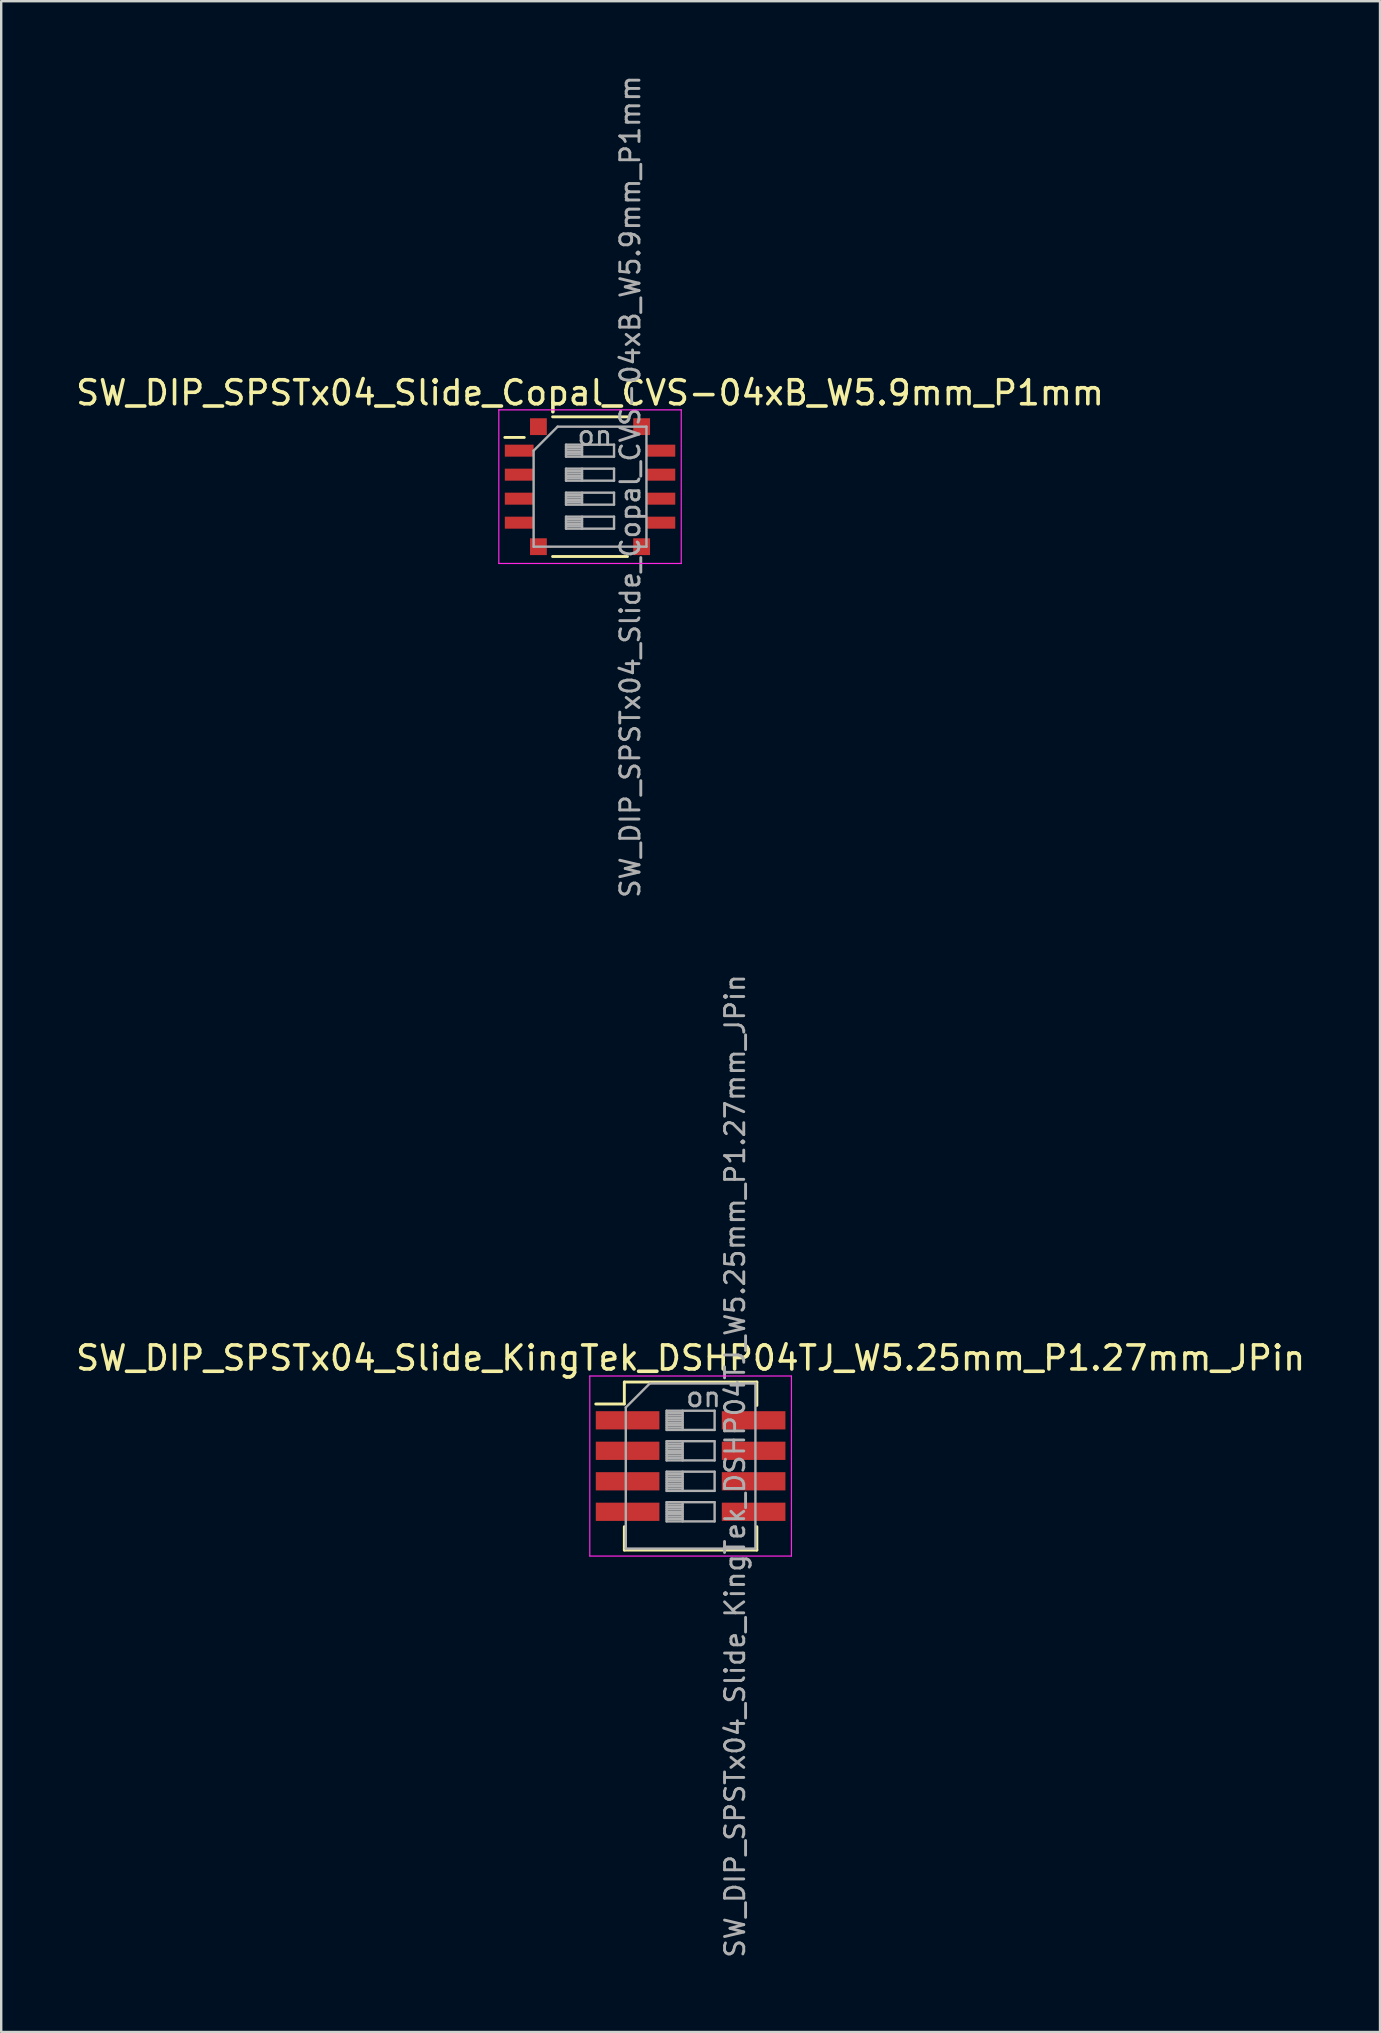
<source format=kicad_pcb>
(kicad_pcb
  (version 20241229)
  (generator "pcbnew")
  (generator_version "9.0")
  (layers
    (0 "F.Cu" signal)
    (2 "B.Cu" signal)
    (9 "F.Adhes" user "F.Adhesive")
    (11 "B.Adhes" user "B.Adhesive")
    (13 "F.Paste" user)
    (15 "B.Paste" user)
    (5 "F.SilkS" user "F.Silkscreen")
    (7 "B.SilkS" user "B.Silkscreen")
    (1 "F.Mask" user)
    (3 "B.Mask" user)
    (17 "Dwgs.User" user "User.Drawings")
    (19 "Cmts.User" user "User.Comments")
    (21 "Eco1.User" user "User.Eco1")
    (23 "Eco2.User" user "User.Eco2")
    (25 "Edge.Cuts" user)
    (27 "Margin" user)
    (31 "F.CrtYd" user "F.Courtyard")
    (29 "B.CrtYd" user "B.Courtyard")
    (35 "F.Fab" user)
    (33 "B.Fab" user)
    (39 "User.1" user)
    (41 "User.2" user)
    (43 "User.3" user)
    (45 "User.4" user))
  (footprint "SW_DIP_SPSTx04_Slide_Copal_CVS-04xB_W5.9mm_P1mm"
    (layer "F.Cu")
    (at 21.53 17.224)
    (property "Reference" "SW_DIP_SPSTx04_Slide_Copal_CVS-04xB_W5.9mm_P1mm" (at 0 -3.91 0) (layer "F.SilkS") (effects (font (size 1 1) (thickness 0.15))))
    (attr smd)
    (fp_line (start -3.55 -2.05) (end -2.739 -2.05) (stroke (width 0.12) (type solid)) (layer "F.SilkS"))
    (fp_line (start -1.56 -2.91) (end 1.561 -2.91) (stroke (width 0.12) (type solid)) (layer "F.SilkS"))
    (fp_line (start -1.56 2.91) (end 1.561 2.91) (stroke (width 0.12) (type solid)) (layer "F.SilkS"))
    (fp_line (start -3.8 -3.2) (end -3.8 3.2) (stroke (width 0.05) (type solid)) (layer "F.CrtYd"))
    (fp_line (start -3.8 3.2) (end 3.8 3.2) (stroke (width 0.05) (type solid)) (layer "F.CrtYd"))
    (fp_line (start 3.8 -3.2) (end -3.8 -3.2) (stroke (width 0.05) (type solid)) (layer "F.CrtYd"))
    (fp_line (start 3.8 3.2) (end 3.8 -3.2) (stroke (width 0.05) (type solid)) (layer "F.CrtYd"))
    (fp_line (start -2.35 -1.5) (end -1.35 -2.5) (stroke (width 0.1) (type solid)) (layer "F.Fab"))
    (fp_line (start -2.35 2.5) (end -2.35 -1.5) (stroke (width 0.1) (type solid)) (layer "F.Fab"))
    (fp_line (start -1.35 -2.5) (end 2.35 -2.5) (stroke (width 0.1) (type solid)) (layer "F.Fab"))
    (fp_line (start -1 -1.75) (end -1 -1.25) (stroke (width 0.1) (type solid)) (layer "F.Fab"))
    (fp_line (start -1 -1.65) (end -0.333 -1.65) (stroke (width 0.1) (type solid)) (layer "F.Fab"))
    (fp_line (start -1 -1.55) (end -0.333 -1.55) (stroke (width 0.1) (type solid)) (layer "F.Fab"))
    (fp_line (start -1 -1.45) (end -0.333 -1.45) (stroke (width 0.1) (type solid)) (layer "F.Fab"))
    (fp_line (start -1 -1.35) (end -0.333 -1.35) (stroke (width 0.1) (type solid)) (layer "F.Fab"))
    (fp_line (start -1 -1.25) (end 1 -1.25) (stroke (width 0.1) (type solid)) (layer "F.Fab"))
    (fp_line (start -1 -0.75) (end -1 -0.25) (stroke (width 0.1) (type solid)) (layer "F.Fab"))
    (fp_line (start -1 -0.65) (end -0.333 -0.65) (stroke (width 0.1) (type solid)) (layer "F.Fab"))
    (fp_line (start -1 -0.55) (end -0.333 -0.55) (stroke (width 0.1) (type solid)) (layer "F.Fab"))
    (fp_line (start -1 -0.45) (end -0.333 -0.45) (stroke (width 0.1) (type solid)) (layer "F.Fab"))
    (fp_line (start -1 -0.35) (end -0.333 -0.35) (stroke (width 0.1) (type solid)) (layer "F.Fab"))
    (fp_line (start -1 -0.25) (end 1 -0.25) (stroke (width 0.1) (type solid)) (layer "F.Fab"))
    (fp_line (start -1 0.25) (end -1 0.75) (stroke (width 0.1) (type solid)) (layer "F.Fab"))
    (fp_line (start -1 0.35) (end -0.333 0.35) (stroke (width 0.1) (type solid)) (layer "F.Fab"))
    (fp_line (start -1 0.45) (end -0.333 0.45) (stroke (width 0.1) (type solid)) (layer "F.Fab"))
    (fp_line (start -1 0.55) (end -0.333 0.55) (stroke (width 0.1) (type solid)) (layer "F.Fab"))
    (fp_line (start -1 0.65) (end -0.333 0.65) (stroke (width 0.1) (type solid)) (layer "F.Fab"))
    (fp_line (start -1 0.75) (end 1 0.75) (stroke (width 0.1) (type solid)) (layer "F.Fab"))
    (fp_line (start -1 1.25) (end -1 1.75) (stroke (width 0.1) (type solid)) (layer "F.Fab"))
    (fp_line (start -1 1.35) (end -0.333 1.35) (stroke (width 0.1) (type solid)) (layer "F.Fab"))
    (fp_line (start -1 1.45) (end -0.333 1.45) (stroke (width 0.1) (type solid)) (layer "F.Fab"))
    (fp_line (start -1 1.55) (end -0.333 1.55) (stroke (width 0.1) (type solid)) (layer "F.Fab"))
    (fp_line (start -1 1.65) (end -0.333 1.65) (stroke (width 0.1) (type solid)) (layer "F.Fab"))
    (fp_line (start -1 1.75) (end 1 1.75) (stroke (width 0.1) (type solid)) (layer "F.Fab"))
    (fp_line (start -0.333 -1.75) (end -0.333 -1.25) (stroke (width 0.1) (type solid)) (layer "F.Fab"))
    (fp_line (start -0.333 -0.75) (end -0.333 -0.25) (stroke (width 0.1) (type solid)) (layer "F.Fab"))
    (fp_line (start -0.333 0.25) (end -0.333 0.75) (stroke (width 0.1) (type solid)) (layer "F.Fab"))
    (fp_line (start -0.333 1.25) (end -0.333 1.75) (stroke (width 0.1) (type solid)) (layer "F.Fab"))
    (fp_line (start 1 -1.75) (end -1 -1.75) (stroke (width 0.1) (type solid)) (layer "F.Fab"))
    (fp_line (start 1 -1.25) (end 1 -1.75) (stroke (width 0.1) (type solid)) (layer "F.Fab"))
    (fp_line (start 1 -0.75) (end -1 -0.75) (stroke (width 0.1) (type solid)) (layer "F.Fab"))
    (fp_line (start 1 -0.25) (end 1 -0.75) (stroke (width 0.1) (type solid)) (layer "F.Fab"))
    (fp_line (start 1 0.25) (end -1 0.25) (stroke (width 0.1) (type solid)) (layer "F.Fab"))
    (fp_line (start 1 0.75) (end 1 0.25) (stroke (width 0.1) (type solid)) (layer "F.Fab"))
    (fp_line (start 1 1.25) (end -1 1.25) (stroke (width 0.1) (type solid)) (layer "F.Fab"))
    (fp_line (start 1 1.75) (end 1 1.25) (stroke (width 0.1) (type solid)) (layer "F.Fab"))
    (fp_line (start 2.35 -2.5) (end 2.35 2.5) (stroke (width 0.1) (type solid)) (layer "F.Fab"))
    (fp_line (start 2.35 2.5) (end -2.35 2.5) (stroke (width 0.1) (type solid)) (layer "F.Fab"))
    (fp_text user "on" (at 0.2 -2.125 0) (layer "F.Fab") (effects (font (size 0.8 0.8) (thickness 0.12))))
    (fp_text user "${REFERENCE}" (at 1.675 0 90) (layer "F.Fab") (effects (font (size 0.8 0.8) (thickness 0.12))))
    (pad "1" smd rect (at -2.95 -1.5) (size 1.2 0.5) (layers "F.Cu" "F.Mask" "F.Paste"))
    (pad "2" smd rect (at -2.95 -0.5) (size 1.2 0.5) (layers "F.Cu" "F.Mask" "F.Paste"))
    (pad "3" smd rect (at -2.95 0.5) (size 1.2 0.5) (layers "F.Cu" "F.Mask" "F.Paste"))
    (pad "4" smd rect (at -2.95 1.5) (size 1.2 0.5) (layers "F.Cu" "F.Mask" "F.Paste"))
    (pad "5" smd rect (at 2.95 1.5) (size 1.2 0.5) (layers "F.Cu" "F.Mask" "F.Paste"))
    (pad "6" smd rect (at 2.95 0.5) (size 1.2 0.5) (layers "F.Cu" "F.Mask" "F.Paste"))
    (pad "7" smd rect (at 2.95 -0.5) (size 1.2 0.5) (layers "F.Cu" "F.Mask" "F.Paste"))
    (pad "8" smd rect (at 2.95 -1.5) (size 1.2 0.5) (layers "F.Cu" "F.Mask" "F.Paste"))
    (pad "9" smd rect (at -2.15 -2.5) (size 0.7 0.7) (layers "F.Cu" "F.Mask" "F.Paste"))
    (pad "9" smd rect (at -2.15 2.5) (size 0.7 0.7) (layers "F.Cu" "F.Mask" "F.Paste"))
    (pad "9" smd rect (at 2.15 -2.5) (size 0.7 0.7) (layers "F.Cu" "F.Mask" "F.Paste"))
    (pad "9" smd rect (at 2.15 2.5) (size 0.7 0.7) (layers "F.Cu" "F.Mask" "F.Paste")))
  (footprint "SW_DIP_SPSTx04_Slide_KingTek_DSHP04TJ_W5.25mm_P1.27mm_JPin"
    (layer "F.Cu")
    (at 25.72 58.024)
    (property "Reference" "SW_DIP_SPSTx04_Slide_KingTek_DSHP04TJ_W5.25mm_P1.27mm_JPin" (at 0 -4.5 0) (layer "F.SilkS") (effects (font (size 1 1) (thickness 0.15))))
    (attr smd)
    (fp_line (start -3.951 -2.585) (end -2.761 -2.585) (stroke (width 0.12) (type solid)) (layer "F.SilkS"))
    (fp_line (start -2.761 -3.5) (end -2.761 -2.585) (stroke (width 0.12) (type solid)) (layer "F.SilkS"))
    (fp_line (start -2.761 -3.5) (end 2.76 -3.5) (stroke (width 0.12) (type solid)) (layer "F.SilkS"))
    (fp_line (start -2.761 2.525) (end -2.761 3.5) (stroke (width 0.12) (type solid)) (layer "F.SilkS"))
    (fp_line (start -2.761 3.5) (end 2.76 3.5) (stroke (width 0.12) (type solid)) (layer "F.SilkS"))
    (fp_line (start 2.76 -3.5) (end 2.76 -2.525) (stroke (width 0.12) (type solid)) (layer "F.SilkS"))
    (fp_line (start 2.76 2.525) (end 2.76 3.5) (stroke (width 0.12) (type solid)) (layer "F.SilkS"))
    (fp_line (start -4.2 -3.75) (end -4.2 3.75) (stroke (width 0.05) (type solid)) (layer "F.CrtYd"))
    (fp_line (start -4.2 3.75) (end 4.2 3.75) (stroke (width 0.05) (type solid)) (layer "F.CrtYd"))
    (fp_line (start 4.2 -3.75) (end -4.2 -3.75) (stroke (width 0.05) (type solid)) (layer "F.CrtYd"))
    (fp_line (start 4.2 3.75) (end 4.2 -3.75) (stroke (width 0.05) (type solid)) (layer "F.CrtYd"))
    (fp_line (start -2.7 -2.44) (end -1.7 -3.44) (stroke (width 0.1) (type solid)) (layer "F.Fab"))
    (fp_line (start -2.7 3.44) (end -2.7 -2.44) (stroke (width 0.1) (type solid)) (layer "F.Fab"))
    (fp_line (start -1.7 -3.44) (end 2.7 -3.44) (stroke (width 0.1) (type solid)) (layer "F.Fab"))
    (fp_line (start -1 -2.305) (end -1 -1.505) (stroke (width 0.1) (type solid)) (layer "F.Fab"))
    (fp_line (start -1 -2.205) (end -0.333 -2.205) (stroke (width 0.1) (type solid)) (layer "F.Fab"))
    (fp_line (start -1 -2.105) (end -0.333 -2.105) (stroke (width 0.1) (type solid)) (layer "F.Fab"))
    (fp_line (start -1 -2.005) (end -0.333 -2.005) (stroke (width 0.1) (type solid)) (layer "F.Fab"))
    (fp_line (start -1 -1.905) (end -0.333 -1.905) (stroke (width 0.1) (type solid)) (layer "F.Fab"))
    (fp_line (start -1 -1.805) (end -0.333 -1.805) (stroke (width 0.1) (type solid)) (layer "F.Fab"))
    (fp_line (start -1 -1.705) (end -0.333 -1.705) (stroke (width 0.1) (type solid)) (layer "F.Fab"))
    (fp_line (start -1 -1.605) (end -0.333 -1.605) (stroke (width 0.1) (type solid)) (layer "F.Fab"))
    (fp_line (start -1 -1.505) (end 1 -1.505) (stroke (width 0.1) (type solid)) (layer "F.Fab"))
    (fp_line (start -1 -1.035) (end -1 -0.235) (stroke (width 0.1) (type solid)) (layer "F.Fab"))
    (fp_line (start -1 -0.935) (end -0.333 -0.935) (stroke (width 0.1) (type solid)) (layer "F.Fab"))
    (fp_line (start -1 -0.835) (end -0.333 -0.835) (stroke (width 0.1) (type solid)) (layer "F.Fab"))
    (fp_line (start -1 -0.735) (end -0.333 -0.735) (stroke (width 0.1) (type solid)) (layer "F.Fab"))
    (fp_line (start -1 -0.635) (end -0.333 -0.635) (stroke (width 0.1) (type solid)) (layer "F.Fab"))
    (fp_line (start -1 -0.535) (end -0.333 -0.535) (stroke (width 0.1) (type solid)) (layer "F.Fab"))
    (fp_line (start -1 -0.435) (end -0.333 -0.435) (stroke (width 0.1) (type solid)) (layer "F.Fab"))
    (fp_line (start -1 -0.335) (end -0.333 -0.335) (stroke (width 0.1) (type solid)) (layer "F.Fab"))
    (fp_line (start -1 -0.235) (end 1 -0.235) (stroke (width 0.1) (type solid)) (layer "F.Fab"))
    (fp_line (start -1 0.235) (end -1 1.035) (stroke (width 0.1) (type solid)) (layer "F.Fab"))
    (fp_line (start -1 0.335) (end -0.333 0.335) (stroke (width 0.1) (type solid)) (layer "F.Fab"))
    (fp_line (start -1 0.435) (end -0.333 0.435) (stroke (width 0.1) (type solid)) (layer "F.Fab"))
    (fp_line (start -1 0.535) (end -0.333 0.535) (stroke (width 0.1) (type solid)) (layer "F.Fab"))
    (fp_line (start -1 0.635) (end -0.333 0.635) (stroke (width 0.1) (type solid)) (layer "F.Fab"))
    (fp_line (start -1 0.735) (end -0.333 0.735) (stroke (width 0.1) (type solid)) (layer "F.Fab"))
    (fp_line (start -1 0.835) (end -0.333 0.835) (stroke (width 0.1) (type solid)) (layer "F.Fab"))
    (fp_line (start -1 0.935) (end -0.333 0.935) (stroke (width 0.1) (type solid)) (layer "F.Fab"))
    (fp_line (start -1 1.035) (end 1 1.035) (stroke (width 0.1) (type solid)) (layer "F.Fab"))
    (fp_line (start -1 1.505) (end -1 2.305) (stroke (width 0.1) (type solid)) (layer "F.Fab"))
    (fp_line (start -1 1.605) (end -0.333 1.605) (stroke (width 0.1) (type solid)) (layer "F.Fab"))
    (fp_line (start -1 1.705) (end -0.333 1.705) (stroke (width 0.1) (type solid)) (layer "F.Fab"))
    (fp_line (start -1 1.805) (end -0.333 1.805) (stroke (width 0.1) (type solid)) (layer "F.Fab"))
    (fp_line (start -1 1.905) (end -0.333 1.905) (stroke (width 0.1) (type solid)) (layer "F.Fab"))
    (fp_line (start -1 2.005) (end -0.333 2.005) (stroke (width 0.1) (type solid)) (layer "F.Fab"))
    (fp_line (start -1 2.105) (end -0.333 2.105) (stroke (width 0.1) (type solid)) (layer "F.Fab"))
    (fp_line (start -1 2.205) (end -0.333 2.205) (stroke (width 0.1) (type solid)) (layer "F.Fab"))
    (fp_line (start -1 2.305) (end 1 2.305) (stroke (width 0.1) (type solid)) (layer "F.Fab"))
    (fp_line (start -0.333 -2.305) (end -0.333 -1.505) (stroke (width 0.1) (type solid)) (layer "F.Fab"))
    (fp_line (start -0.333 -1.035) (end -0.333 -0.235) (stroke (width 0.1) (type solid)) (layer "F.Fab"))
    (fp_line (start -0.333 0.235) (end -0.333 1.035) (stroke (width 0.1) (type solid)) (layer "F.Fab"))
    (fp_line (start -0.333 1.505) (end -0.333 2.305) (stroke (width 0.1) (type solid)) (layer "F.Fab"))
    (fp_line (start 1 -2.305) (end -1 -2.305) (stroke (width 0.1) (type solid)) (layer "F.Fab"))
    (fp_line (start 1 -1.505) (end 1 -2.305) (stroke (width 0.1) (type solid)) (layer "F.Fab"))
    (fp_line (start 1 -1.035) (end -1 -1.035) (stroke (width 0.1) (type solid)) (layer "F.Fab"))
    (fp_line (start 1 -0.235) (end 1 -1.035) (stroke (width 0.1) (type solid)) (layer "F.Fab"))
    (fp_line (start 1 0.235) (end -1 0.235) (stroke (width 0.1) (type solid)) (layer "F.Fab"))
    (fp_line (start 1 1.035) (end 1 0.235) (stroke (width 0.1) (type solid)) (layer "F.Fab"))
    (fp_line (start 1 1.505) (end -1 1.505) (stroke (width 0.1) (type solid)) (layer "F.Fab"))
    (fp_line (start 1 2.305) (end 1 1.505) (stroke (width 0.1) (type solid)) (layer "F.Fab"))
    (fp_line (start 2.7 -3.44) (end 2.7 3.44) (stroke (width 0.1) (type solid)) (layer "F.Fab"))
    (fp_line (start 2.7 3.44) (end -2.7 3.44) (stroke (width 0.1) (type solid)) (layer "F.Fab"))
    (fp_text user "on" (at 0.537 -2.873 0) (layer "F.Fab") (effects (font (size 0.8 0.8) (thickness 0.12))))
    (fp_text user "${REFERENCE}" (at 1.85 0 90) (layer "F.Fab") (effects (font (size 0.8 0.8) (thickness 0.12))))
    (pad "1" smd rect (at -2.625 -1.905) (size 2.65 0.76) (layers "F.Cu" "F.Mask" "F.Paste"))
    (pad "2" smd rect (at -2.625 -0.635) (size 2.65 0.76) (layers "F.Cu" "F.Mask" "F.Paste"))
    (pad "3" smd rect (at -2.625 0.635) (size 2.65 0.76) (layers "F.Cu" "F.Mask" "F.Paste"))
    (pad "4" smd rect (at -2.625 1.905) (size 2.65 0.76) (layers "F.Cu" "F.Mask" "F.Paste"))
    (pad "5" smd rect (at 2.625 1.905) (size 2.65 0.76) (layers "F.Cu" "F.Mask" "F.Paste"))
    (pad "6" smd rect (at 2.625 0.635) (size 2.65 0.76) (layers "F.Cu" "F.Mask" "F.Paste"))
    (pad "7" smd rect (at 2.625 -0.635) (size 2.65 0.76) (layers "F.Cu" "F.Mask" "F.Paste"))
    (pad "8" smd rect (at 2.625 -1.905) (size 2.65 0.76) (layers "F.Cu" "F.Mask" "F.Paste")))
  (gr_rect
    (start -3 -3)
    (end 54.44 81.6)
    (stroke (width 0.1) (type default))
    (fill no)
    (layer "Edge.Cuts")))
</source>
